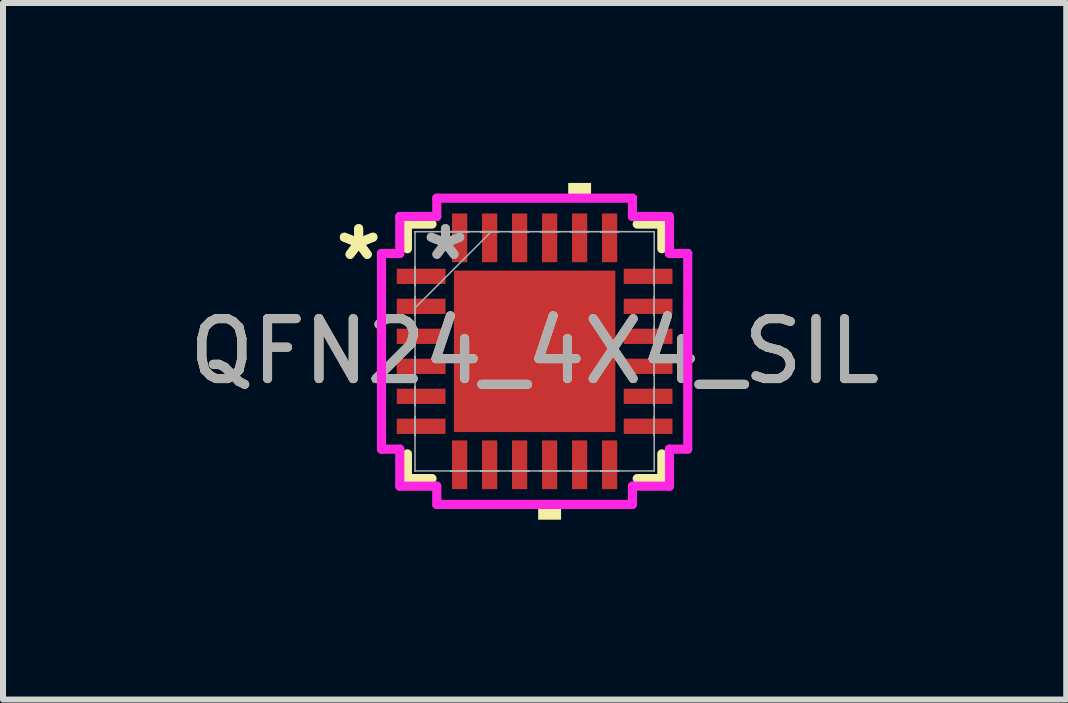
<source format=kicad_pcb>
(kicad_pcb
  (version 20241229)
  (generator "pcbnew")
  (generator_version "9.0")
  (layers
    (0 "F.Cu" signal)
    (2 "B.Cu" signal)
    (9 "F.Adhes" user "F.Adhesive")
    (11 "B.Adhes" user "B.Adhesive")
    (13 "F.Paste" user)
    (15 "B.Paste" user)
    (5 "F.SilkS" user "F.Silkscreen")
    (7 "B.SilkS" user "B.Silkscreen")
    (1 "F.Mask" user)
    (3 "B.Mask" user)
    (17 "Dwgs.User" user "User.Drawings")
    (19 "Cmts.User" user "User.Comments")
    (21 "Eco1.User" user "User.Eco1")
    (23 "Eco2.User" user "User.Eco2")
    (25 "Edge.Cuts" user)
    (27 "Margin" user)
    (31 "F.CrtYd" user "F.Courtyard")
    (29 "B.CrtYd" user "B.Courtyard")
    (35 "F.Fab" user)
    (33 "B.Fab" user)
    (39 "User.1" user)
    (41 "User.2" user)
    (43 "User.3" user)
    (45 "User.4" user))
  (footprint "QFN24_4X4_SIL"
    (layer "F.Cu")
    (at 5.863 2.807)
    (property "Reference" "QFN24_4X4_SIL" (at 0 0 0) (unlocked yes) (layer "F.SilkS") (effects (font (size 1 1) (thickness 0.15))))
    (attr smd)
    (fp_line (start -2.121 -2.121) (end -2.121 -1.71) (stroke (width 0.152) (type solid)) (layer "F.SilkS"))
    (fp_line (start -2.121 1.71) (end -2.121 2.121) (stroke (width 0.152) (type solid)) (layer "F.SilkS"))
    (fp_line (start -2.121 2.121) (end -1.71 2.121) (stroke (width 0.152) (type solid)) (layer "F.SilkS"))
    (fp_line (start -1.71 -2.121) (end -2.121 -2.121) (stroke (width 0.152) (type solid)) (layer "F.SilkS"))
    (fp_line (start 1.71 2.121) (end 2.121 2.121) (stroke (width 0.152) (type solid)) (layer "F.SilkS"))
    (fp_line (start 2.121 -2.121) (end 1.71 -2.121) (stroke (width 0.152) (type solid)) (layer "F.SilkS"))
    (fp_line (start 2.121 -1.71) (end 2.121 -2.121) (stroke (width 0.152) (type solid)) (layer "F.SilkS"))
    (fp_line (start 2.121 2.121) (end 2.121 1.71) (stroke (width 0.152) (type solid)) (layer "F.SilkS"))
    (fp_poly (pts (xy 0.059 2.553) (xy 0.059 2.807) (xy 0.441 2.807) (xy 0.441 2.553)) (stroke (width 0) (type solid)) (fill yes) (layer "F.SilkS"))
    (fp_poly (pts (xy 0.56 -2.553) (xy 0.56 -2.807) (xy 0.941 -2.807) (xy 0.941 -2.553)) (stroke (width 0) (type solid)) (fill yes) (layer "F.SilkS"))
    (fp_poly (pts (xy -1.246 -1.246) (xy -1.246 -0.1) (xy -0.1 -0.1) (xy -0.1 -1.246)) (stroke (width 0) (type solid)) (fill yes) (layer "F.Paste"))
    (fp_poly (pts (xy -1.246 0.1) (xy -1.246 1.246) (xy -0.1 1.246) (xy -0.1 0.1)) (stroke (width 0) (type solid)) (fill yes) (layer "F.Paste"))
    (fp_poly (pts (xy 0.1 -1.246) (xy 0.1 -0.1) (xy 1.246 -0.1) (xy 1.246 -1.246)) (stroke (width 0) (type solid)) (fill yes) (layer "F.Paste"))
    (fp_poly (pts (xy 0.1 0.1) (xy 0.1 1.246) (xy 1.246 1.246) (xy 1.246 0.1)) (stroke (width 0) (type solid)) (fill yes) (layer "F.Paste"))
    (fp_line (start -2.553 -1.631) (end -2.248 -1.631) (stroke (width 0.152) (type solid)) (layer "F.CrtYd"))
    (fp_line (start -2.553 1.631) (end -2.553 -1.631) (stroke (width 0.152) (type solid)) (layer "F.CrtYd"))
    (fp_line (start -2.248 -2.248) (end -1.631 -2.248) (stroke (width 0.152) (type solid)) (layer "F.CrtYd"))
    (fp_line (start -2.248 -1.631) (end -2.248 -2.248) (stroke (width 0.152) (type solid)) (layer "F.CrtYd"))
    (fp_line (start -2.248 1.631) (end -2.553 1.631) (stroke (width 0.152) (type solid)) (layer "F.CrtYd"))
    (fp_line (start -2.248 2.248) (end -2.248 1.631) (stroke (width 0.152) (type solid)) (layer "F.CrtYd"))
    (fp_line (start -1.631 -2.553) (end 1.631 -2.553) (stroke (width 0.152) (type solid)) (layer "F.CrtYd"))
    (fp_line (start -1.631 -2.248) (end -1.631 -2.553) (stroke (width 0.152) (type solid)) (layer "F.CrtYd"))
    (fp_line (start -1.631 2.248) (end -2.248 2.248) (stroke (width 0.152) (type solid)) (layer "F.CrtYd"))
    (fp_line (start -1.631 2.553) (end -1.631 2.248) (stroke (width 0.152) (type solid)) (layer "F.CrtYd"))
    (fp_line (start 1.631 -2.553) (end 1.631 -2.248) (stroke (width 0.152) (type solid)) (layer "F.CrtYd"))
    (fp_line (start 1.631 -2.248) (end 2.248 -2.248) (stroke (width 0.152) (type solid)) (layer "F.CrtYd"))
    (fp_line (start 1.631 2.248) (end 1.631 2.553) (stroke (width 0.152) (type solid)) (layer "F.CrtYd"))
    (fp_line (start 1.631 2.553) (end -1.631 2.553) (stroke (width 0.152) (type solid)) (layer "F.CrtYd"))
    (fp_line (start 2.248 -2.248) (end 2.248 -1.631) (stroke (width 0.152) (type solid)) (layer "F.CrtYd"))
    (fp_line (start 2.248 -1.631) (end 2.553 -1.631) (stroke (width 0.152) (type solid)) (layer "F.CrtYd"))
    (fp_line (start 2.248 1.631) (end 2.248 2.248) (stroke (width 0.152) (type solid)) (layer "F.CrtYd"))
    (fp_line (start 2.248 2.248) (end 1.631 2.248) (stroke (width 0.152) (type solid)) (layer "F.CrtYd"))
    (fp_line (start 2.553 -1.631) (end 2.553 1.631) (stroke (width 0.152) (type solid)) (layer "F.CrtYd"))
    (fp_line (start 2.553 1.631) (end 2.248 1.631) (stroke (width 0.152) (type solid)) (layer "F.CrtYd"))
    (fp_line (start -1.994 -1.994) (end -1.994 -1.994) (stroke (width 0.025) (type solid)) (layer "F.Fab"))
    (fp_line (start -1.994 -1.994) (end -1.994 1.994) (stroke (width 0.025) (type solid)) (layer "F.Fab"))
    (fp_line (start -1.994 -1.402) (end -1.994 -1.402) (stroke (width 0.025) (type solid)) (layer "F.Fab"))
    (fp_line (start -1.994 -1.402) (end -1.994 -1.098) (stroke (width 0.025) (type solid)) (layer "F.Fab"))
    (fp_line (start -1.994 -1.098) (end -1.994 -1.402) (stroke (width 0.025) (type solid)) (layer "F.Fab"))
    (fp_line (start -1.994 -1.098) (end -1.994 -1.098) (stroke (width 0.025) (type solid)) (layer "F.Fab"))
    (fp_line (start -1.994 -0.902) (end -1.994 -0.902) (stroke (width 0.025) (type solid)) (layer "F.Fab"))
    (fp_line (start -1.994 -0.902) (end -1.994 -0.598) (stroke (width 0.025) (type solid)) (layer "F.Fab"))
    (fp_line (start -1.994 -0.724) (end -0.724 -1.994) (stroke (width 0.025) (type solid)) (layer "F.Fab"))
    (fp_line (start -1.994 -0.598) (end -1.994 -0.902) (stroke (width 0.025) (type solid)) (layer "F.Fab"))
    (fp_line (start -1.994 -0.598) (end -1.994 -0.598) (stroke (width 0.025) (type solid)) (layer "F.Fab"))
    (fp_line (start -1.994 -0.402) (end -1.994 -0.402) (stroke (width 0.025) (type solid)) (layer "F.Fab"))
    (fp_line (start -1.994 -0.402) (end -1.994 -0.098) (stroke (width 0.025) (type solid)) (layer "F.Fab"))
    (fp_line (start -1.994 -0.098) (end -1.994 -0.402) (stroke (width 0.025) (type solid)) (layer "F.Fab"))
    (fp_line (start -1.994 -0.098) (end -1.994 -0.098) (stroke (width 0.025) (type solid)) (layer "F.Fab"))
    (fp_line (start -1.994 0.098) (end -1.994 0.098) (stroke (width 0.025) (type solid)) (layer "F.Fab"))
    (fp_line (start -1.994 0.098) (end -1.994 0.402) (stroke (width 0.025) (type solid)) (layer "F.Fab"))
    (fp_line (start -1.994 0.402) (end -1.994 0.098) (stroke (width 0.025) (type solid)) (layer "F.Fab"))
    (fp_line (start -1.994 0.402) (end -1.994 0.402) (stroke (width 0.025) (type solid)) (layer "F.Fab"))
    (fp_line (start -1.994 0.598) (end -1.994 0.598) (stroke (width 0.025) (type solid)) (layer "F.Fab"))
    (fp_line (start -1.994 0.598) (end -1.994 0.902) (stroke (width 0.025) (type solid)) (layer "F.Fab"))
    (fp_line (start -1.994 0.902) (end -1.994 0.598) (stroke (width 0.025) (type solid)) (layer "F.Fab"))
    (fp_line (start -1.994 0.902) (end -1.994 0.902) (stroke (width 0.025) (type solid)) (layer "F.Fab"))
    (fp_line (start -1.994 1.098) (end -1.994 1.098) (stroke (width 0.025) (type solid)) (layer "F.Fab"))
    (fp_line (start -1.994 1.098) (end -1.994 1.402) (stroke (width 0.025) (type solid)) (layer "F.Fab"))
    (fp_line (start -1.994 1.402) (end -1.994 1.098) (stroke (width 0.025) (type solid)) (layer "F.Fab"))
    (fp_line (start -1.994 1.402) (end -1.994 1.402) (stroke (width 0.025) (type solid)) (layer "F.Fab"))
    (fp_line (start -1.994 1.994) (end -1.994 1.994) (stroke (width 0.025) (type solid)) (layer "F.Fab"))
    (fp_line (start -1.994 1.994) (end 1.994 1.994) (stroke (width 0.025) (type solid)) (layer "F.Fab"))
    (fp_line (start -1.402 -1.994) (end -1.402 -1.994) (stroke (width 0.025) (type solid)) (layer "F.Fab"))
    (fp_line (start -1.402 -1.994) (end -1.098 -1.994) (stroke (width 0.025) (type solid)) (layer "F.Fab"))
    (fp_line (start -1.402 1.994) (end -1.402 1.994) (stroke (width 0.025) (type solid)) (layer "F.Fab"))
    (fp_line (start -1.402 1.994) (end -1.098 1.994) (stroke (width 0.025) (type solid)) (layer "F.Fab"))
    (fp_line (start -1.098 -1.994) (end -1.402 -1.994) (stroke (width 0.025) (type solid)) (layer "F.Fab"))
    (fp_line (start -1.098 -1.994) (end -1.098 -1.994) (stroke (width 0.025) (type solid)) (layer "F.Fab"))
    (fp_line (start -1.098 1.994) (end -1.402 1.994) (stroke (width 0.025) (type solid)) (layer "F.Fab"))
    (fp_line (start -1.098 1.994) (end -1.098 1.994) (stroke (width 0.025) (type solid)) (layer "F.Fab"))
    (fp_line (start -0.902 -1.994) (end -0.902 -1.994) (stroke (width 0.025) (type solid)) (layer "F.Fab"))
    (fp_line (start -0.902 -1.994) (end -0.598 -1.994) (stroke (width 0.025) (type solid)) (layer "F.Fab"))
    (fp_line (start -0.902 1.994) (end -0.902 1.994) (stroke (width 0.025) (type solid)) (layer "F.Fab"))
    (fp_line (start -0.902 1.994) (end -0.598 1.994) (stroke (width 0.025) (type solid)) (layer "F.Fab"))
    (fp_line (start -0.598 -1.994) (end -0.902 -1.994) (stroke (width 0.025) (type solid)) (layer "F.Fab"))
    (fp_line (start -0.598 -1.994) (end -0.598 -1.994) (stroke (width 0.025) (type solid)) (layer "F.Fab"))
    (fp_line (start -0.598 1.994) (end -0.902 1.994) (stroke (width 0.025) (type solid)) (layer "F.Fab"))
    (fp_line (start -0.598 1.994) (end -0.598 1.994) (stroke (width 0.025) (type solid)) (layer "F.Fab"))
    (fp_line (start -0.402 -1.994) (end -0.402 -1.994) (stroke (width 0.025) (type solid)) (layer "F.Fab"))
    (fp_line (start -0.402 -1.994) (end -0.098 -1.994) (stroke (width 0.025) (type solid)) (layer "F.Fab"))
    (fp_line (start -0.402 1.994) (end -0.402 1.994) (stroke (width 0.025) (type solid)) (layer "F.Fab"))
    (fp_line (start -0.402 1.994) (end -0.098 1.994) (stroke (width 0.025) (type solid)) (layer "F.Fab"))
    (fp_line (start -0.098 -1.994) (end -0.402 -1.994) (stroke (width 0.025) (type solid)) (layer "F.Fab"))
    (fp_line (start -0.098 -1.994) (end -0.098 -1.994) (stroke (width 0.025) (type solid)) (layer "F.Fab"))
    (fp_line (start -0.098 1.994) (end -0.402 1.994) (stroke (width 0.025) (type solid)) (layer "F.Fab"))
    (fp_line (start -0.098 1.994) (end -0.098 1.994) (stroke (width 0.025) (type solid)) (layer "F.Fab"))
    (fp_line (start 0.098 -1.994) (end 0.098 -1.994) (stroke (width 0.025) (type solid)) (layer "F.Fab"))
    (fp_line (start 0.098 -1.994) (end 0.402 -1.994) (stroke (width 0.025) (type solid)) (layer "F.Fab"))
    (fp_line (start 0.098 1.994) (end 0.098 1.994) (stroke (width 0.025) (type solid)) (layer "F.Fab"))
    (fp_line (start 0.098 1.994) (end 0.402 1.994) (stroke (width 0.025) (type solid)) (layer "F.Fab"))
    (fp_line (start 0.402 -1.994) (end 0.098 -1.994) (stroke (width 0.025) (type solid)) (layer "F.Fab"))
    (fp_line (start 0.402 -1.994) (end 0.402 -1.994) (stroke (width 0.025) (type solid)) (layer "F.Fab"))
    (fp_line (start 0.402 1.994) (end 0.098 1.994) (stroke (width 0.025) (type solid)) (layer "F.Fab"))
    (fp_line (start 0.402 1.994) (end 0.402 1.994) (stroke (width 0.025) (type solid)) (layer "F.Fab"))
    (fp_line (start 0.598 -1.994) (end 0.598 -1.994) (stroke (width 0.025) (type solid)) (layer "F.Fab"))
    (fp_line (start 0.598 -1.994) (end 0.902 -1.994) (stroke (width 0.025) (type solid)) (layer "F.Fab"))
    (fp_line (start 0.598 1.994) (end 0.598 1.994) (stroke (width 0.025) (type solid)) (layer "F.Fab"))
    (fp_line (start 0.598 1.994) (end 0.902 1.994) (stroke (width 0.025) (type solid)) (layer "F.Fab"))
    (fp_line (start 0.902 -1.994) (end 0.598 -1.994) (stroke (width 0.025) (type solid)) (layer "F.Fab"))
    (fp_line (start 0.902 -1.994) (end 0.902 -1.994) (stroke (width 0.025) (type solid)) (layer "F.Fab"))
    (fp_line (start 0.902 1.994) (end 0.598 1.994) (stroke (width 0.025) (type solid)) (layer "F.Fab"))
    (fp_line (start 0.902 1.994) (end 0.902 1.994) (stroke (width 0.025) (type solid)) (layer "F.Fab"))
    (fp_line (start 1.098 -1.994) (end 1.098 -1.994) (stroke (width 0.025) (type solid)) (layer "F.Fab"))
    (fp_line (start 1.098 -1.994) (end 1.402 -1.994) (stroke (width 0.025) (type solid)) (layer "F.Fab"))
    (fp_line (start 1.098 1.994) (end 1.098 1.994) (stroke (width 0.025) (type solid)) (layer "F.Fab"))
    (fp_line (start 1.098 1.994) (end 1.402 1.994) (stroke (width 0.025) (type solid)) (layer "F.Fab"))
    (fp_line (start 1.402 -1.994) (end 1.098 -1.994) (stroke (width 0.025) (type solid)) (layer "F.Fab"))
    (fp_line (start 1.402 -1.994) (end 1.402 -1.994) (stroke (width 0.025) (type solid)) (layer "F.Fab"))
    (fp_line (start 1.402 1.994) (end 1.098 1.994) (stroke (width 0.025) (type solid)) (layer "F.Fab"))
    (fp_line (start 1.402 1.994) (end 1.402 1.994) (stroke (width 0.025) (type solid)) (layer "F.Fab"))
    (fp_line (start 1.994 -1.994) (end -1.994 -1.994) (stroke (width 0.025) (type solid)) (layer "F.Fab"))
    (fp_line (start 1.994 -1.994) (end 1.994 -1.994) (stroke (width 0.025) (type solid)) (layer "F.Fab"))
    (fp_line (start 1.994 -1.402) (end 1.994 -1.402) (stroke (width 0.025) (type solid)) (layer "F.Fab"))
    (fp_line (start 1.994 -1.402) (end 1.994 -1.098) (stroke (width 0.025) (type solid)) (layer "F.Fab"))
    (fp_line (start 1.994 -1.098) (end 1.994 -1.402) (stroke (width 0.025) (type solid)) (layer "F.Fab"))
    (fp_line (start 1.994 -1.098) (end 1.994 -1.098) (stroke (width 0.025) (type solid)) (layer "F.Fab"))
    (fp_line (start 1.994 -0.902) (end 1.994 -0.902) (stroke (width 0.025) (type solid)) (layer "F.Fab"))
    (fp_line (start 1.994 -0.902) (end 1.994 -0.598) (stroke (width 0.025) (type solid)) (layer "F.Fab"))
    (fp_line (start 1.994 -0.598) (end 1.994 -0.902) (stroke (width 0.025) (type solid)) (layer "F.Fab"))
    (fp_line (start 1.994 -0.598) (end 1.994 -0.598) (stroke (width 0.025) (type solid)) (layer "F.Fab"))
    (fp_line (start 1.994 -0.402) (end 1.994 -0.402) (stroke (width 0.025) (type solid)) (layer "F.Fab"))
    (fp_line (start 1.994 -0.402) (end 1.994 -0.098) (stroke (width 0.025) (type solid)) (layer "F.Fab"))
    (fp_line (start 1.994 -0.098) (end 1.994 -0.402) (stroke (width 0.025) (type solid)) (layer "F.Fab"))
    (fp_line (start 1.994 -0.098) (end 1.994 -0.098) (stroke (width 0.025) (type solid)) (layer "F.Fab"))
    (fp_line (start 1.994 0.098) (end 1.994 0.098) (stroke (width 0.025) (type solid)) (layer "F.Fab"))
    (fp_line (start 1.994 0.098) (end 1.994 0.402) (stroke (width 0.025) (type solid)) (layer "F.Fab"))
    (fp_line (start 1.994 0.402) (end 1.994 0.098) (stroke (width 0.025) (type solid)) (layer "F.Fab"))
    (fp_line (start 1.994 0.402) (end 1.994 0.402) (stroke (width 0.025) (type solid)) (layer "F.Fab"))
    (fp_line (start 1.994 0.598) (end 1.994 0.598) (stroke (width 0.025) (type solid)) (layer "F.Fab"))
    (fp_line (start 1.994 0.598) (end 1.994 0.902) (stroke (width 0.025) (type solid)) (layer "F.Fab"))
    (fp_line (start 1.994 0.902) (end 1.994 0.598) (stroke (width 0.025) (type solid)) (layer "F.Fab"))
    (fp_line (start 1.994 0.902) (end 1.994 0.902) (stroke (width 0.025) (type solid)) (layer "F.Fab"))
    (fp_line (start 1.994 1.098) (end 1.994 1.098) (stroke (width 0.025) (type solid)) (layer "F.Fab"))
    (fp_line (start 1.994 1.098) (end 1.994 1.402) (stroke (width 0.025) (type solid)) (layer "F.Fab"))
    (fp_line (start 1.994 1.402) (end 1.994 1.098) (stroke (width 0.025) (type solid)) (layer "F.Fab"))
    (fp_line (start 1.994 1.402) (end 1.994 1.402) (stroke (width 0.025) (type solid)) (layer "F.Fab"))
    (fp_line (start 1.994 1.994) (end 1.994 -1.994) (stroke (width 0.025) (type solid)) (layer "F.Fab"))
    (fp_line (start 1.994 1.994) (end 1.994 1.994) (stroke (width 0.025) (type solid)) (layer "F.Fab"))
    (fp_text user "*" (at -2.934 -1.5 0) (layer "F.SilkS") (effects (font (size 1 1) (thickness 0.15))))
    (fp_text user "*" (at -2.934 -1.5 0) (unlocked yes) (layer "F.SilkS") (effects (font (size 1 1) (thickness 0.15))))
    (fp_text user "*" (at -1.486 -1.5 0) (layer "F.Fab") (effects (font (size 1 1) (thickness 0.15))))
    (fp_text user "*" (at -1.486 -1.5 0) (unlocked yes) (layer "F.Fab") (effects (font (size 1 1) (thickness 0.15))))
    (fp_text user "${REFERENCE}" (at 0 0 0) (unlocked yes) (layer "F.Fab") (effects (font (size 1 1) (thickness 0.15))))
    (pad "1" smd rect (at -1.892 -1.25 90) (size 0.254 0.813) (layers "F.Cu" "F.Mask" "F.Paste"))
    (pad "2" smd rect (at -1.892 -0.75 90) (size 0.254 0.813) (layers "F.Cu" "F.Mask" "F.Paste"))
    (pad "3" smd rect (at -1.892 -0.25 90) (size 0.254 0.813) (layers "F.Cu" "F.Mask" "F.Paste"))
    (pad "4" smd rect (at -1.892 0.25 90) (size 0.254 0.813) (layers "F.Cu" "F.Mask" "F.Paste"))
    (pad "5" smd rect (at -1.892 0.75 90) (size 0.254 0.813) (layers "F.Cu" "F.Mask" "F.Paste"))
    (pad "6" smd rect (at -1.892 1.25 90) (size 0.254 0.813) (layers "F.Cu" "F.Mask" "F.Paste"))
    (pad "7" smd rect (at -1.25 1.892) (size 0.254 0.813) (layers "F.Cu" "F.Mask" "F.Paste"))
    (pad "8" smd rect (at -0.75 1.892) (size 0.254 0.813) (layers "F.Cu" "F.Mask" "F.Paste"))
    (pad "9" smd rect (at -0.25 1.892) (size 0.254 0.813) (layers "F.Cu" "F.Mask" "F.Paste"))
    (pad "10" smd rect (at 0.25 1.892) (size 0.254 0.813) (layers "F.Cu" "F.Mask" "F.Paste"))
    (pad "11" smd rect (at 0.75 1.892) (size 0.254 0.813) (layers "F.Cu" "F.Mask" "F.Paste"))
    (pad "12" smd rect (at 1.25 1.892) (size 0.254 0.813) (layers "F.Cu" "F.Mask" "F.Paste"))
    (pad "13" smd rect (at 1.892 1.25 90) (size 0.254 0.813) (layers "F.Cu" "F.Mask" "F.Paste"))
    (pad "14" smd rect (at 1.892 0.75 90) (size 0.254 0.813) (layers "F.Cu" "F.Mask" "F.Paste"))
    (pad "15" smd rect (at 1.892 0.25 90) (size 0.254 0.813) (layers "F.Cu" "F.Mask" "F.Paste"))
    (pad "16" smd rect (at 1.892 -0.25 90) (size 0.254 0.813) (layers "F.Cu" "F.Mask" "F.Paste"))
    (pad "17" smd rect (at 1.892 -0.75 90) (size 0.254 0.813) (layers "F.Cu" "F.Mask" "F.Paste"))
    (pad "18" smd rect (at 1.892 -1.25 90) (size 0.254 0.813) (layers "F.Cu" "F.Mask" "F.Paste"))
    (pad "19" smd rect (at 1.25 -1.892) (size 0.254 0.813) (layers "F.Cu" "F.Mask" "F.Paste"))
    (pad "20" smd rect (at 0.75 -1.892) (size 0.254 0.813) (layers "F.Cu" "F.Mask" "F.Paste"))
    (pad "21" smd rect (at 0.25 -1.892) (size 0.254 0.813) (layers "F.Cu" "F.Mask" "F.Paste"))
    (pad "22" smd rect (at -0.25 -1.892) (size 0.254 0.813) (layers "F.Cu" "F.Mask" "F.Paste"))
    (pad "23" smd rect (at -0.75 -1.892) (size 0.254 0.813) (layers "F.Cu" "F.Mask" "F.Paste"))
    (pad "24" smd rect (at -1.25 -1.892) (size 0.254 0.813) (layers "F.Cu" "F.Mask" "F.Paste"))
    (pad "25" smd rect (at 0 0) (size 2.692 2.692) (layers "F.Cu" "F.Mask" "F.Paste")))
  (gr_rect
    (start -3 -3)
    (end 14.726 8.613)
    (stroke (width 0.1) (type default))
    (fill no)
    (layer "Edge.Cuts")))
</source>
